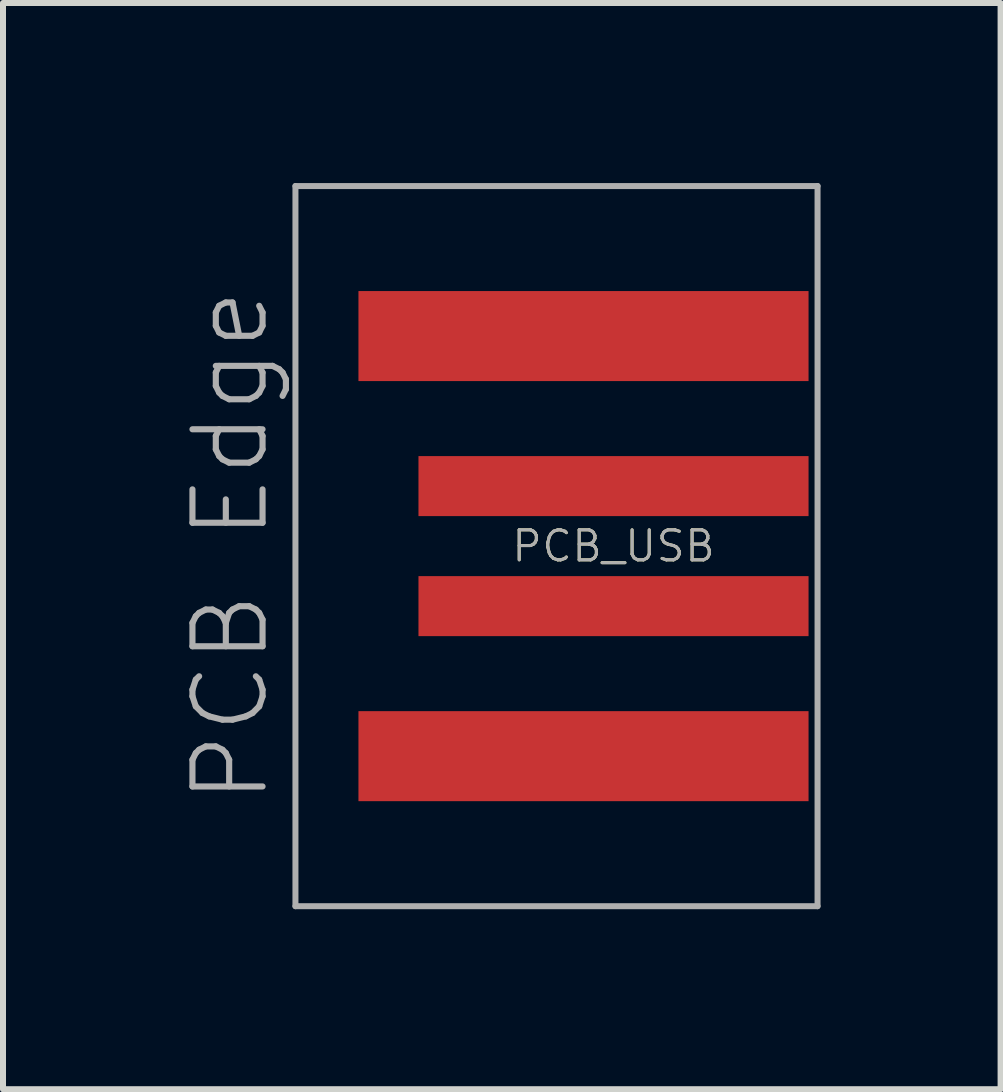
<source format=kicad_pcb>
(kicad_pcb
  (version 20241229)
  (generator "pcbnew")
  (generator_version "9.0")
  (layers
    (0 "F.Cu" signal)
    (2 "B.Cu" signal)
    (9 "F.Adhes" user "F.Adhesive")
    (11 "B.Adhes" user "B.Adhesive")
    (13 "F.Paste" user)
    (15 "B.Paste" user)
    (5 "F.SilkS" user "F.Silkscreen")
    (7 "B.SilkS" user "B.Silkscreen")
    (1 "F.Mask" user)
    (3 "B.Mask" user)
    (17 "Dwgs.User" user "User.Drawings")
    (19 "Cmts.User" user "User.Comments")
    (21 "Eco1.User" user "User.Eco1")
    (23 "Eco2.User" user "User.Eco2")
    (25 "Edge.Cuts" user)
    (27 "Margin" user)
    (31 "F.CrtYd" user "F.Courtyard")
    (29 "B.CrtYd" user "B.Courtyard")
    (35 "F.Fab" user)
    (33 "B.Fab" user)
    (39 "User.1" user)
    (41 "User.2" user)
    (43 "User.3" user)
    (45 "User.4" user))
  (footprint "PCB_USB"
    (layer "F.Cu")
    (at 7.173 6.05)
    (property "Reference" "PCB_USB" (at 0 0 0) (unlocked yes) (layer "F.SilkS") (effects (font (size 0.5 0.5) (thickness 0.05))))
    (attr smd)
    (fp_line (start -5.3 -6) (end 3.4 -6) (stroke (width 0.1) (type solid)) (layer "F.Fab"))
    (fp_line (start -5.3 6) (end -5.3 -6) (stroke (width 0.1) (type solid)) (layer "F.Fab"))
    (fp_line (start 3.4 -6) (end 3.4 6) (stroke (width 0.1) (type solid)) (layer "F.Fab"))
    (fp_line (start 3.4 6) (end -5.3 6) (stroke (width 0.1) (type solid)) (layer "F.Fab"))
    (fp_text user "PCB Edge" (at -5.7 0 90) (layer "F.Fab") (effects (font (size 1.168 1.168) (thickness 0.102)) (justify bottom)))
    (fp_text user "${REFERENCE}" (at 0 0 0) (unlocked yes) (layer "F.Fab") (effects (font (size 0.5 0.5) (thickness 0.05))))
    (pad "D+" smd rect (at 0 -1) (size 6.5 1) (layers "F.Cu" "F.Mask"))
    (pad "D-" smd rect (at 0 1) (size 6.5 1) (layers "F.Cu" "F.Mask"))
    (pad "GND" smd rect (at -0.5 -3.5) (size 7.5 1.5) (layers "F.Cu" "F.Mask"))
    (pad "VCC" smd rect (at -0.5 3.5) (size 7.5 1.5) (layers "F.Cu" "F.Mask")))
  (gr_rect
    (start -3 -3)
    (end 13.623 15.1)
    (stroke (width 0.1) (type default))
    (fill no)
    (layer "Edge.Cuts")))
</source>
